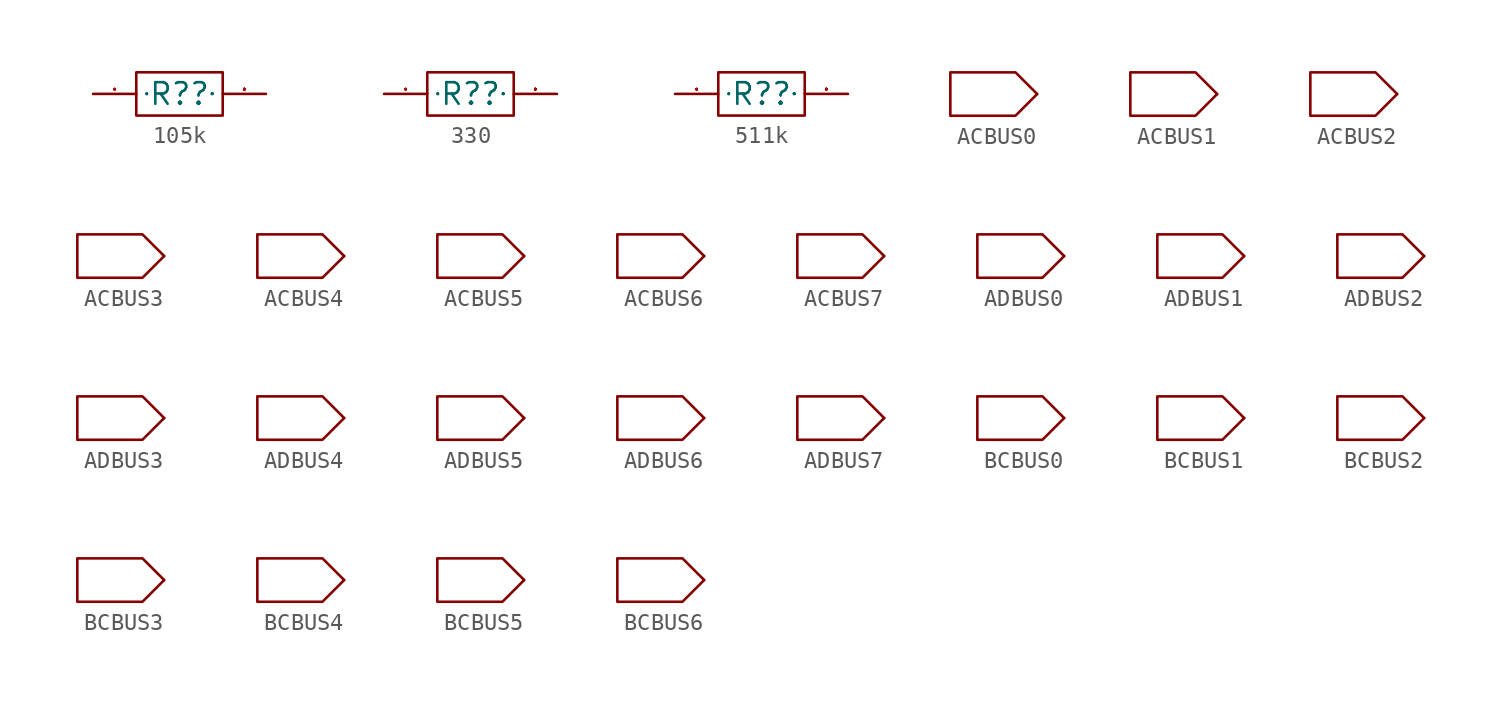
<source format=kicad_sym>
(kicad_symbol_lib
  (version 20231120)
  (generator "kicad_symbol_editor")
  (generator_version "8.0")
  (symbol "105k"
    (property "Reference" "R?"
      (at 0 0 0)
      (effects (font (size 1.27 1.27))))
    (property "Value" ""
      (at 0 0 0)
      (effects (font (size 1.27 1.27))))
    (symbol "105k_1_0"
      (rectangle (start -2.54 -1.27) (end 2.54 1.27) (stroke (width 0) (type default)) (fill (type none)))
      (pin unspecified line (at -5.08 0 0) (length 2.54) (name "1" (effects (font (size 0.025 0.025)))) (number "1" (effects (font (size 0.025 0.025)))))
      (pin unspecified line (at 5.08 0 180) (length 2.54) (name "2" (effects (font (size 0.025 0.025)))) (number "2" (effects (font (size 0.025 0.025)))))))
  (symbol "330"
    (property "Reference" "R?"
      (at 0 0 0)
      (effects (font (size 1.27 1.27))))
    (property "Value" ""
      (at 0 0 0)
      (effects (font (size 1.27 1.27))))
    (symbol "330_1_0"
      (rectangle (start -2.54 -1.27) (end 2.54 1.27) (stroke (width 0) (type default)) (fill (type none)))
      (pin unspecified line (at -5.08 0 0) (length 2.54) (name "1" (effects (font (size 0.025 0.025)))) (number "1" (effects (font (size 0.025 0.025)))))
      (pin unspecified line (at 5.08 0 180) (length 2.54) (name "2" (effects (font (size 0.025 0.025)))) (number "2" (effects (font (size 0.025 0.025)))))))
  (symbol "511k"
    (property "Reference" "R?"
      (at 0 0 0)
      (effects (font (size 1.27 1.27))))
    (property "Value" ""
      (at 0 0 0)
      (effects (font (size 1.27 1.27))))
    (symbol "511k_1_0"
      (rectangle (start -2.54 -1.27) (end 2.54 1.27) (stroke (width 0) (type default)) (fill (type none)))
      (pin unspecified line (at -5.08 0 0) (length 2.54) (name "1" (effects (font (size 0.025 0.025)))) (number "1" (effects (font (size 0.025 0.025)))))
      (pin unspecified line (at 5.08 0 180) (length 2.54) (name "2" (effects (font (size 0.025 0.025)))) (number "2" (effects (font (size 0.025 0.025)))))))
  (symbol "ACBUS0"
    (power)
    (pin_numbers hide)
    (pin_names hide)
    (property "Reference" "#PWR"
      (at 0 0 0)
      (effects (font (size 1.27 1.27)) (hide yes)))
    (property "Value" ""
      (at 0 0 0)
      (effects (font (size 1.27 1.27))))
    (symbol "ACBUS0_1_0"
      (polyline (pts (xy 0 0) (xy -1.27 -1.27) (xy -1.27 -1.27) (xy -5.08 -1.27) (xy -5.08 -1.27) (xy -5.08 1.27) (xy -5.08 1.27) (xy -1.27 1.27) (xy -1.27 1.27) (xy 0 0)) (stroke (width 0) (type default)) (fill (type none)))
      (pin input line (at 0 0 0) (length 0) (name "" (effects (font (size 0.025 0.025)))) (number "1" (effects (font (size 0 0)))))))
  (symbol "ACBUS1"
    (power)
    (pin_numbers hide)
    (pin_names hide)
    (property "Reference" "#PWR"
      (at 0 0 0)
      (effects (font (size 1.27 1.27)) (hide yes)))
    (property "Value" ""
      (at 0 0 0)
      (effects (font (size 1.27 1.27))))
    (symbol "ACBUS1_1_0"
      (polyline (pts (xy 0 0) (xy -1.27 -1.27) (xy -1.27 -1.27) (xy -5.08 -1.27) (xy -5.08 -1.27) (xy -5.08 1.27) (xy -5.08 1.27) (xy -1.27 1.27) (xy -1.27 1.27) (xy 0 0)) (stroke (width 0) (type default)) (fill (type none)))
      (pin input line (at 0 0 0) (length 0) (name "" (effects (font (size 0.025 0.025)))) (number "1" (effects (font (size 0 0)))))))
  (symbol "ACBUS2"
    (power)
    (pin_numbers hide)
    (pin_names hide)
    (property "Reference" "#PWR"
      (at 0 0 0)
      (effects (font (size 1.27 1.27)) (hide yes)))
    (property "Value" ""
      (at 0 0 0)
      (effects (font (size 1.27 1.27))))
    (symbol "ACBUS2_1_0"
      (polyline (pts (xy 0 0) (xy -1.27 -1.27) (xy -1.27 -1.27) (xy -5.08 -1.27) (xy -5.08 -1.27) (xy -5.08 1.27) (xy -5.08 1.27) (xy -1.27 1.27) (xy -1.27 1.27) (xy 0 0)) (stroke (width 0) (type default)) (fill (type none)))
      (pin input line (at 0 0 0) (length 0) (name "" (effects (font (size 0.025 0.025)))) (number "1" (effects (font (size 0 0)))))))
  (symbol "ACBUS3"
    (power)
    (pin_numbers hide)
    (pin_names hide)
    (property "Reference" "#PWR"
      (at 0 0 0)
      (effects (font (size 1.27 1.27)) (hide yes)))
    (property "Value" ""
      (at 0 0 0)
      (effects (font (size 1.27 1.27))))
    (symbol "ACBUS3_1_0"
      (polyline (pts (xy 0 0) (xy -1.27 -1.27) (xy -1.27 -1.27) (xy -5.08 -1.27) (xy -5.08 -1.27) (xy -5.08 1.27) (xy -5.08 1.27) (xy -1.27 1.27) (xy -1.27 1.27) (xy 0 0)) (stroke (width 0) (type default)) (fill (type none)))
      (pin input line (at 0 0 0) (length 0) (name "" (effects (font (size 0.025 0.025)))) (number "1" (effects (font (size 0 0)))))))
  (symbol "ACBUS4"
    (power)
    (pin_numbers hide)
    (pin_names hide)
    (property "Reference" "#PWR"
      (at 0 0 0)
      (effects (font (size 1.27 1.27)) (hide yes)))
    (property "Value" ""
      (at 0 0 0)
      (effects (font (size 1.27 1.27))))
    (symbol "ACBUS4_1_0"
      (polyline (pts (xy 0 0) (xy -1.27 -1.27) (xy -1.27 -1.27) (xy -5.08 -1.27) (xy -5.08 -1.27) (xy -5.08 1.27) (xy -5.08 1.27) (xy -1.27 1.27) (xy -1.27 1.27) (xy 0 0)) (stroke (width 0) (type default)) (fill (type none)))
      (pin input line (at 0 0 0) (length 0) (name "" (effects (font (size 0.025 0.025)))) (number "1" (effects (font (size 0 0)))))))
  (symbol "ACBUS5"
    (power)
    (pin_numbers hide)
    (pin_names hide)
    (property "Reference" "#PWR"
      (at 0 0 0)
      (effects (font (size 1.27 1.27)) (hide yes)))
    (property "Value" ""
      (at 0 0 0)
      (effects (font (size 1.27 1.27))))
    (symbol "ACBUS5_1_0"
      (polyline (pts (xy 0 0) (xy -1.27 -1.27) (xy -1.27 -1.27) (xy -5.08 -1.27) (xy -5.08 -1.27) (xy -5.08 1.27) (xy -5.08 1.27) (xy -1.27 1.27) (xy -1.27 1.27) (xy 0 0)) (stroke (width 0) (type default)) (fill (type none)))
      (pin input line (at 0 0 0) (length 0) (name "" (effects (font (size 0.025 0.025)))) (number "1" (effects (font (size 0 0)))))))
  (symbol "ACBUS6"
    (power)
    (pin_numbers hide)
    (pin_names hide)
    (property "Reference" "#PWR"
      (at 0 0 0)
      (effects (font (size 1.27 1.27)) (hide yes)))
    (property "Value" ""
      (at 0 0 0)
      (effects (font (size 1.27 1.27))))
    (symbol "ACBUS6_1_0"
      (polyline (pts (xy 0 0) (xy -1.27 -1.27) (xy -1.27 -1.27) (xy -5.08 -1.27) (xy -5.08 -1.27) (xy -5.08 1.27) (xy -5.08 1.27) (xy -1.27 1.27) (xy -1.27 1.27) (xy 0 0)) (stroke (width 0) (type default)) (fill (type none)))
      (pin input line (at 0 0 0) (length 0) (name "" (effects (font (size 0.025 0.025)))) (number "1" (effects (font (size 0 0)))))))
  (symbol "ACBUS7"
    (power)
    (pin_numbers hide)
    (pin_names hide)
    (property "Reference" "#PWR"
      (at 0 0 0)
      (effects (font (size 1.27 1.27)) (hide yes)))
    (property "Value" ""
      (at 0 0 0)
      (effects (font (size 1.27 1.27))))
    (symbol "ACBUS7_1_0"
      (polyline (pts (xy 0 0) (xy -1.27 -1.27) (xy -1.27 -1.27) (xy -5.08 -1.27) (xy -5.08 -1.27) (xy -5.08 1.27) (xy -5.08 1.27) (xy -1.27 1.27) (xy -1.27 1.27) (xy 0 0)) (stroke (width 0) (type default)) (fill (type none)))
      (pin input line (at 0 0 0) (length 0) (name "" (effects (font (size 0.025 0.025)))) (number "1" (effects (font (size 0 0)))))))
  (symbol "ADBUS0"
    (power)
    (pin_numbers hide)
    (pin_names hide)
    (property "Reference" "#PWR"
      (at 0 0 0)
      (effects (font (size 1.27 1.27)) (hide yes)))
    (property "Value" ""
      (at 0 0 0)
      (effects (font (size 1.27 1.27))))
    (symbol "ADBUS0_1_0"
      (polyline (pts (xy 0 0) (xy -1.27 -1.27) (xy -1.27 -1.27) (xy -5.08 -1.27) (xy -5.08 -1.27) (xy -5.08 1.27) (xy -5.08 1.27) (xy -1.27 1.27) (xy -1.27 1.27) (xy 0 0)) (stroke (width 0) (type default)) (fill (type none)))
      (pin input line (at 0 0 0) (length 0) (name "" (effects (font (size 0.025 0.025)))) (number "1" (effects (font (size 0 0)))))))
  (symbol "ADBUS1"
    (power)
    (pin_numbers hide)
    (pin_names hide)
    (property "Reference" "#PWR"
      (at 0 0 0)
      (effects (font (size 1.27 1.27)) (hide yes)))
    (property "Value" ""
      (at 0 0 0)
      (effects (font (size 1.27 1.27))))
    (symbol "ADBUS1_1_0"
      (polyline (pts (xy 0 0) (xy -1.27 -1.27) (xy -1.27 -1.27) (xy -5.08 -1.27) (xy -5.08 -1.27) (xy -5.08 1.27) (xy -5.08 1.27) (xy -1.27 1.27) (xy -1.27 1.27) (xy 0 0)) (stroke (width 0) (type default)) (fill (type none)))
      (pin input line (at 0 0 0) (length 0) (name "" (effects (font (size 0.025 0.025)))) (number "1" (effects (font (size 0 0)))))))
  (symbol "ADBUS2"
    (power)
    (pin_numbers hide)
    (pin_names hide)
    (property "Reference" "#PWR"
      (at 0 0 0)
      (effects (font (size 1.27 1.27)) (hide yes)))
    (property "Value" ""
      (at 0 0 0)
      (effects (font (size 1.27 1.27))))
    (symbol "ADBUS2_1_0"
      (polyline (pts (xy 0 0) (xy -1.27 -1.27) (xy -1.27 -1.27) (xy -5.08 -1.27) (xy -5.08 -1.27) (xy -5.08 1.27) (xy -5.08 1.27) (xy -1.27 1.27) (xy -1.27 1.27) (xy 0 0)) (stroke (width 0) (type default)) (fill (type none)))
      (pin input line (at 0 0 0) (length 0) (name "" (effects (font (size 0.025 0.025)))) (number "1" (effects (font (size 0 0)))))))
  (symbol "ADBUS3"
    (power)
    (pin_numbers hide)
    (pin_names hide)
    (property "Reference" "#PWR"
      (at 0 0 0)
      (effects (font (size 1.27 1.27)) (hide yes)))
    (property "Value" ""
      (at 0 0 0)
      (effects (font (size 1.27 1.27))))
    (symbol "ADBUS3_1_0"
      (polyline (pts (xy 0 0) (xy -1.27 -1.27) (xy -1.27 -1.27) (xy -5.08 -1.27) (xy -5.08 -1.27) (xy -5.08 1.27) (xy -5.08 1.27) (xy -1.27 1.27) (xy -1.27 1.27) (xy 0 0)) (stroke (width 0) (type default)) (fill (type none)))
      (pin input line (at 0 0 0) (length 0) (name "" (effects (font (size 0.025 0.025)))) (number "1" (effects (font (size 0 0)))))))
  (symbol "ADBUS4"
    (power)
    (pin_numbers hide)
    (pin_names hide)
    (property "Reference" "#PWR"
      (at 0 0 0)
      (effects (font (size 1.27 1.27)) (hide yes)))
    (property "Value" ""
      (at 0 0 0)
      (effects (font (size 1.27 1.27))))
    (symbol "ADBUS4_1_0"
      (polyline (pts (xy 0 0) (xy -1.27 -1.27) (xy -1.27 -1.27) (xy -5.08 -1.27) (xy -5.08 -1.27) (xy -5.08 1.27) (xy -5.08 1.27) (xy -1.27 1.27) (xy -1.27 1.27) (xy 0 0)) (stroke (width 0) (type default)) (fill (type none)))
      (pin input line (at 0 0 0) (length 0) (name "" (effects (font (size 0.025 0.025)))) (number "1" (effects (font (size 0 0)))))))
  (symbol "ADBUS5"
    (power)
    (pin_numbers hide)
    (pin_names hide)
    (property "Reference" "#PWR"
      (at 0 0 0)
      (effects (font (size 1.27 1.27)) (hide yes)))
    (property "Value" ""
      (at 0 0 0)
      (effects (font (size 1.27 1.27))))
    (symbol "ADBUS5_1_0"
      (polyline (pts (xy 0 0) (xy -1.27 -1.27) (xy -1.27 -1.27) (xy -5.08 -1.27) (xy -5.08 -1.27) (xy -5.08 1.27) (xy -5.08 1.27) (xy -1.27 1.27) (xy -1.27 1.27) (xy 0 0)) (stroke (width 0) (type default)) (fill (type none)))
      (pin input line (at 0 0 0) (length 0) (name "" (effects (font (size 0.025 0.025)))) (number "1" (effects (font (size 0 0)))))))
  (symbol "ADBUS6"
    (power)
    (pin_numbers hide)
    (pin_names hide)
    (property "Reference" "#PWR"
      (at 0 0 0)
      (effects (font (size 1.27 1.27)) (hide yes)))
    (property "Value" ""
      (at 0 0 0)
      (effects (font (size 1.27 1.27))))
    (symbol "ADBUS6_1_0"
      (polyline (pts (xy 0 0) (xy -1.27 -1.27) (xy -1.27 -1.27) (xy -5.08 -1.27) (xy -5.08 -1.27) (xy -5.08 1.27) (xy -5.08 1.27) (xy -1.27 1.27) (xy -1.27 1.27) (xy 0 0)) (stroke (width 0) (type default)) (fill (type none)))
      (pin input line (at 0 0 0) (length 0) (name "" (effects (font (size 0.025 0.025)))) (number "1" (effects (font (size 0 0)))))))
  (symbol "ADBUS7"
    (power)
    (pin_numbers hide)
    (pin_names hide)
    (property "Reference" "#PWR"
      (at 0 0 0)
      (effects (font (size 1.27 1.27)) (hide yes)))
    (property "Value" ""
      (at 0 0 0)
      (effects (font (size 1.27 1.27))))
    (symbol "ADBUS7_1_0"
      (polyline (pts (xy 0 0) (xy -1.27 -1.27) (xy -1.27 -1.27) (xy -5.08 -1.27) (xy -5.08 -1.27) (xy -5.08 1.27) (xy -5.08 1.27) (xy -1.27 1.27) (xy -1.27 1.27) (xy 0 0)) (stroke (width 0) (type default)) (fill (type none)))
      (pin input line (at 0 0 0) (length 0) (name "" (effects (font (size 0.025 0.025)))) (number "1" (effects (font (size 0 0)))))))
  (symbol "BCBUS0"
    (power)
    (pin_numbers hide)
    (pin_names hide)
    (property "Reference" "#PWR"
      (at 0 0 0)
      (effects (font (size 1.27 1.27)) (hide yes)))
    (property "Value" ""
      (at 0 0 0)
      (effects (font (size 1.27 1.27))))
    (symbol "BCBUS0_1_0"
      (polyline (pts (xy 0 0) (xy -1.27 -1.27) (xy -1.27 -1.27) (xy -5.08 -1.27) (xy -5.08 -1.27) (xy -5.08 1.27) (xy -5.08 1.27) (xy -1.27 1.27) (xy -1.27 1.27) (xy 0 0)) (stroke (width 0) (type default)) (fill (type none)))
      (pin input line (at 0 0 0) (length 0) (name "" (effects (font (size 0.025 0.025)))) (number "1" (effects (font (size 0 0)))))))
  (symbol "BCBUS1"
    (power)
    (pin_numbers hide)
    (pin_names hide)
    (property "Reference" "#PWR"
      (at 0 0 0)
      (effects (font (size 1.27 1.27)) (hide yes)))
    (property "Value" ""
      (at 0 0 0)
      (effects (font (size 1.27 1.27))))
    (symbol "BCBUS1_1_0"
      (polyline (pts (xy 0 0) (xy -1.27 -1.27) (xy -1.27 -1.27) (xy -5.08 -1.27) (xy -5.08 -1.27) (xy -5.08 1.27) (xy -5.08 1.27) (xy -1.27 1.27) (xy -1.27 1.27) (xy 0 0)) (stroke (width 0) (type default)) (fill (type none)))
      (pin input line (at 0 0 0) (length 0) (name "" (effects (font (size 0.025 0.025)))) (number "1" (effects (font (size 0 0)))))))
  (symbol "BCBUS2"
    (power)
    (pin_numbers hide)
    (pin_names hide)
    (property "Reference" "#PWR"
      (at 0 0 0)
      (effects (font (size 1.27 1.27)) (hide yes)))
    (property "Value" ""
      (at 0 0 0)
      (effects (font (size 1.27 1.27))))
    (symbol "BCBUS2_1_0"
      (polyline (pts (xy 0 0) (xy -1.27 -1.27) (xy -1.27 -1.27) (xy -5.08 -1.27) (xy -5.08 -1.27) (xy -5.08 1.27) (xy -5.08 1.27) (xy -1.27 1.27) (xy -1.27 1.27) (xy 0 0)) (stroke (width 0) (type default)) (fill (type none)))
      (pin input line (at 0 0 0) (length 0) (name "" (effects (font (size 0.025 0.025)))) (number "1" (effects (font (size 0 0)))))))
  (symbol "BCBUS3"
    (power)
    (pin_numbers hide)
    (pin_names hide)
    (property "Reference" "#PWR"
      (at 0 0 0)
      (effects (font (size 1.27 1.27)) (hide yes)))
    (property "Value" ""
      (at 0 0 0)
      (effects (font (size 1.27 1.27))))
    (symbol "BCBUS3_1_0"
      (polyline (pts (xy 0 0) (xy -1.27 -1.27) (xy -1.27 -1.27) (xy -5.08 -1.27) (xy -5.08 -1.27) (xy -5.08 1.27) (xy -5.08 1.27) (xy -1.27 1.27) (xy -1.27 1.27) (xy 0 0)) (stroke (width 0) (type default)) (fill (type none)))
      (pin input line (at 0 0 0) (length 0) (name "" (effects (font (size 0.025 0.025)))) (number "1" (effects (font (size 0 0)))))))
  (symbol "BCBUS4"
    (power)
    (pin_numbers hide)
    (pin_names hide)
    (property "Reference" "#PWR"
      (at 0 0 0)
      (effects (font (size 1.27 1.27)) (hide yes)))
    (property "Value" ""
      (at 0 0 0)
      (effects (font (size 1.27 1.27))))
    (symbol "BCBUS4_1_0"
      (polyline (pts (xy 0 0) (xy -1.27 -1.27) (xy -1.27 -1.27) (xy -5.08 -1.27) (xy -5.08 -1.27) (xy -5.08 1.27) (xy -5.08 1.27) (xy -1.27 1.27) (xy -1.27 1.27) (xy 0 0)) (stroke (width 0) (type default)) (fill (type none)))
      (pin input line (at 0 0 0) (length 0) (name "" (effects (font (size 0.025 0.025)))) (number "1" (effects (font (size 0 0)))))))
  (symbol "BCBUS5"
    (power)
    (pin_numbers hide)
    (pin_names hide)
    (property "Reference" "#PWR"
      (at 0 0 0)
      (effects (font (size 1.27 1.27)) (hide yes)))
    (property "Value" ""
      (at 0 0 0)
      (effects (font (size 1.27 1.27))))
    (symbol "BCBUS5_1_0"
      (polyline (pts (xy 0 0) (xy -1.27 -1.27) (xy -1.27 -1.27) (xy -5.08 -1.27) (xy -5.08 -1.27) (xy -5.08 1.27) (xy -5.08 1.27) (xy -1.27 1.27) (xy -1.27 1.27) (xy 0 0)) (stroke (width 0) (type default)) (fill (type none)))
      (pin input line (at 0 0 0) (length 0) (name "" (effects (font (size 0.025 0.025)))) (number "1" (effects (font (size 0 0)))))))
  (symbol "BCBUS6"
    (power)
    (pin_numbers hide)
    (pin_names hide)
    (property "Reference" "#PWR"
      (at 0 0 0)
      (effects (font (size 1.27 1.27)) (hide yes)))
    (property "Value" ""
      (at 0 0 0)
      (effects (font (size 1.27 1.27))))
    (symbol "BCBUS6_1_0"
      (polyline (pts (xy 0 0) (xy -1.27 -1.27) (xy -1.27 -1.27) (xy -5.08 -1.27) (xy -5.08 -1.27) (xy -5.08 1.27) (xy -5.08 1.27) (xy -1.27 1.27) (xy -1.27 1.27) (xy 0 0)) (stroke (width 0) (type default)) (fill (type none)))
      (pin input line (at 0 0 0) (length 0) (name "" (effects (font (size 0.025 0.025)))) (number "1" (effects (font (size 0 0))))))))
</source>
